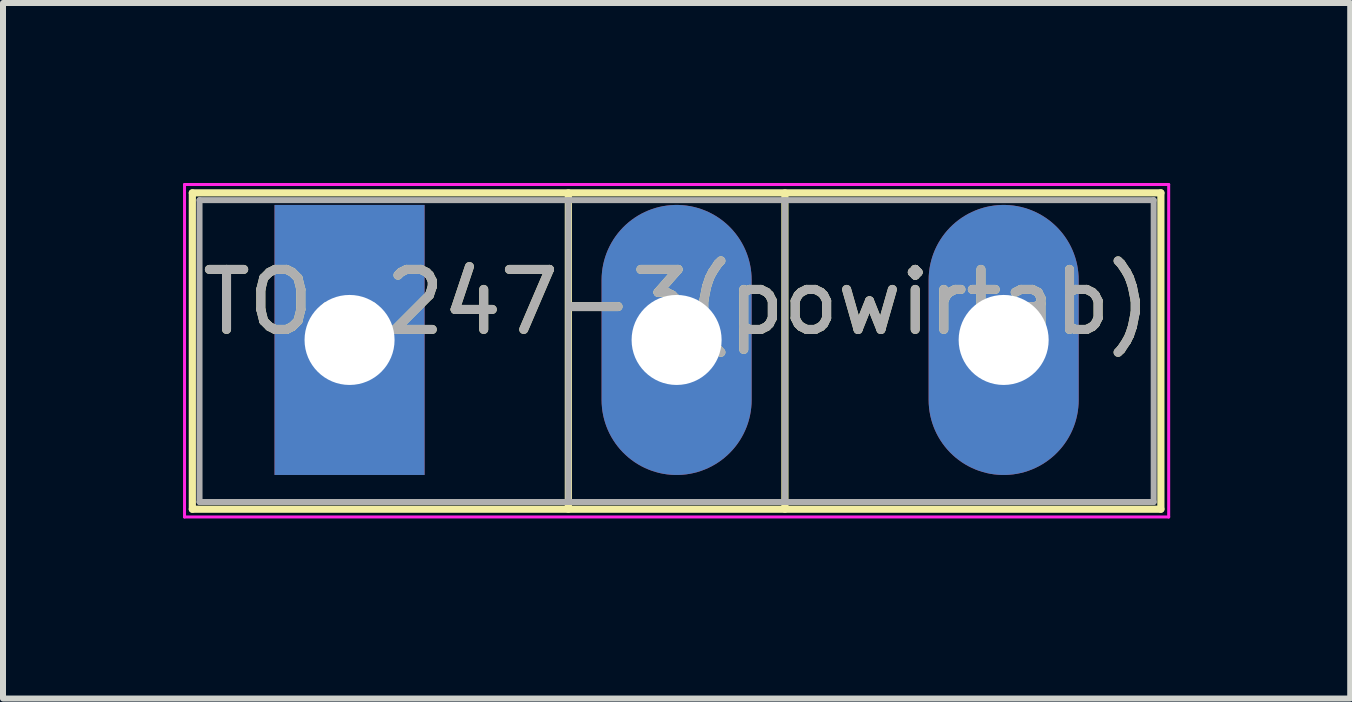
<source format=kicad_pcb>
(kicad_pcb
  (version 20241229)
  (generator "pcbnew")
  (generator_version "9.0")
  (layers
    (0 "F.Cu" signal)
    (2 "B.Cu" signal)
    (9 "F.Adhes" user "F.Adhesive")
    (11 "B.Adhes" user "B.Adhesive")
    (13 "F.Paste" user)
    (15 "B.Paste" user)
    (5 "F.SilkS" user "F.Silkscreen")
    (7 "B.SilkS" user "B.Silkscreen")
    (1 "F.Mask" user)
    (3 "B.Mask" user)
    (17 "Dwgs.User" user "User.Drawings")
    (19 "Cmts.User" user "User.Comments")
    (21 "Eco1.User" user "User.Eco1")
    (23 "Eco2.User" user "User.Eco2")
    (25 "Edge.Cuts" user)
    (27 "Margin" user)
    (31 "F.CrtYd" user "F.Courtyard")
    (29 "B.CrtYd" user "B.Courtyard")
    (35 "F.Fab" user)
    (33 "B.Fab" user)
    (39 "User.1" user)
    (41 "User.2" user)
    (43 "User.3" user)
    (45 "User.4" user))
  (footprint "TO-247-3(powirtab)"
    (layer "F.Cu")
    (at 2.775 2.615)
    (property "Reference" "TO-247-3(powirtab)" (at 5.45 -0.63 0) (layer "F.SilkS") (effects (font (size 1 1) (thickness 0.15))))
    (attr through_hole)
    (fp_line (start -2.62 -2.451) (end -2.62 2.82) (stroke (width 0.12) (type solid)) (layer "F.SilkS"))
    (fp_line (start -2.62 -2.451) (end 13.52 -2.451) (stroke (width 0.12) (type solid)) (layer "F.SilkS"))
    (fp_line (start -2.62 2.82) (end 13.52 2.82) (stroke (width 0.12) (type solid)) (layer "F.SilkS"))
    (fp_line (start 3.646 -2.451) (end 3.646 2.82) (stroke (width 0.12) (type solid)) (layer "F.SilkS"))
    (fp_line (start 7.255 -2.451) (end 7.255 2.82) (stroke (width 0.12) (type solid)) (layer "F.SilkS"))
    (fp_line (start 13.52 -2.451) (end 13.52 2.82) (stroke (width 0.12) (type solid)) (layer "F.SilkS"))
    (fp_line (start -2.75 -2.59) (end -2.75 2.95) (stroke (width 0.05) (type solid)) (layer "F.CrtYd"))
    (fp_line (start -2.75 2.95) (end 13.65 2.95) (stroke (width 0.05) (type solid)) (layer "F.CrtYd"))
    (fp_line (start 13.65 -2.59) (end -2.75 -2.59) (stroke (width 0.05) (type solid)) (layer "F.CrtYd"))
    (fp_line (start 13.65 2.95) (end 13.65 -2.59) (stroke (width 0.05) (type solid)) (layer "F.CrtYd"))
    (fp_line (start -2.5 -2.33) (end -2.5 2.7) (stroke (width 0.1) (type solid)) (layer "F.Fab"))
    (fp_line (start -2.5 2.7) (end 13.4 2.7) (stroke (width 0.1) (type solid)) (layer "F.Fab"))
    (fp_line (start 3.645 -2.33) (end 3.645 2.7) (stroke (width 0.1) (type solid)) (layer "F.Fab"))
    (fp_line (start 7.255 -2.33) (end 7.255 2.7) (stroke (width 0.1) (type solid)) (layer "F.Fab"))
    (fp_line (start 13.4 -2.33) (end -2.5 -2.33) (stroke (width 0.1) (type solid)) (layer "F.Fab"))
    (fp_line (start 13.4 2.7) (end 13.4 -2.33) (stroke (width 0.1) (type solid)) (layer "F.Fab"))
    (fp_text user "${REFERENCE}" (at 5.45 -0.63 0) (layer "F.Fab") (effects (font (size 1 1) (thickness 0.15))))
    (pad "2" thru_hole rect (at 0 0) (size 2.5 4.5) (drill 1.5) (layers "*.Cu" "*.Mask"))
    (pad "2" thru_hole oval (at 5.45 0) (size 2.5 4.5) (drill 1.5) (layers "*.Cu" "*.Mask"))
    (pad "2" thru_hole oval (at 10.9 0) (size 2.5 4.5) (drill 1.5) (layers "*.Cu" "*.Mask")))
  (gr_rect
    (start -3 -3)
    (end 19.45 8.59)
    (stroke (width 0.1) (type default))
    (fill no)
    (layer "Edge.Cuts")))
</source>
